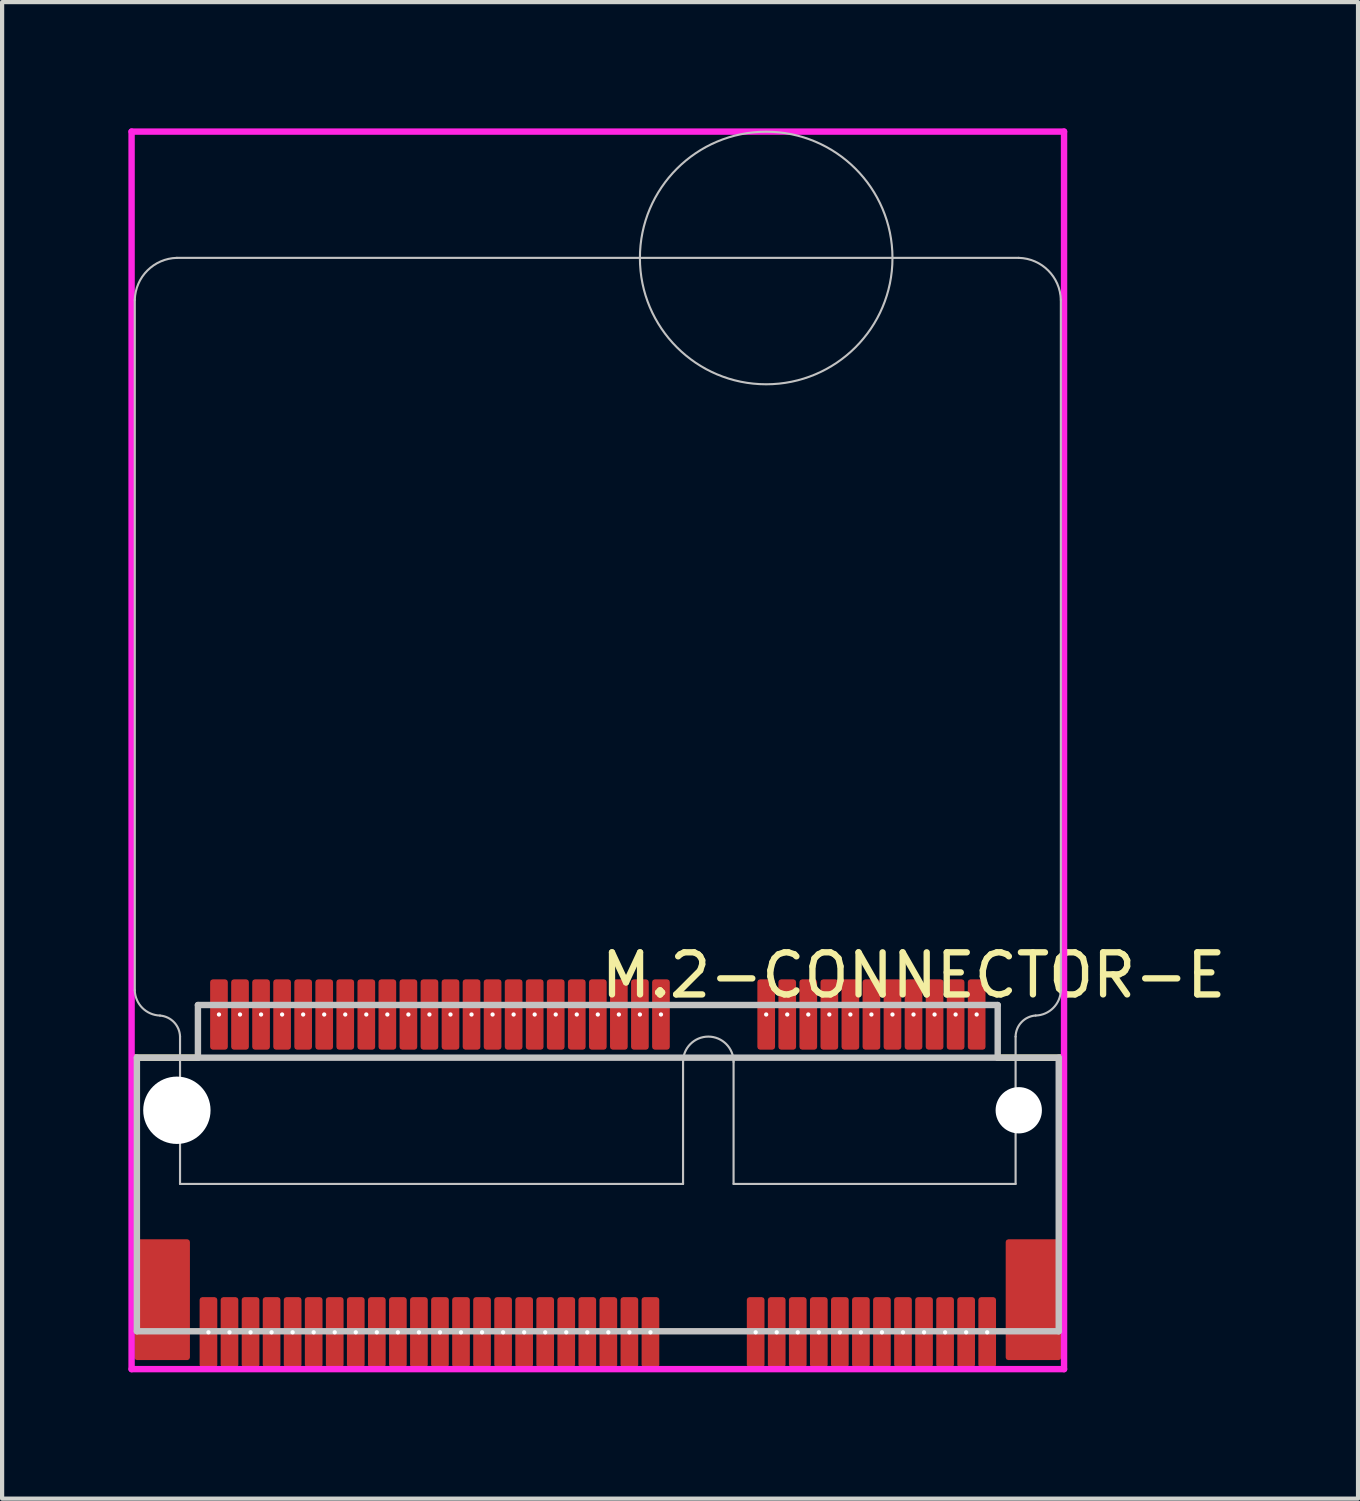
<source format=kicad_pcb>
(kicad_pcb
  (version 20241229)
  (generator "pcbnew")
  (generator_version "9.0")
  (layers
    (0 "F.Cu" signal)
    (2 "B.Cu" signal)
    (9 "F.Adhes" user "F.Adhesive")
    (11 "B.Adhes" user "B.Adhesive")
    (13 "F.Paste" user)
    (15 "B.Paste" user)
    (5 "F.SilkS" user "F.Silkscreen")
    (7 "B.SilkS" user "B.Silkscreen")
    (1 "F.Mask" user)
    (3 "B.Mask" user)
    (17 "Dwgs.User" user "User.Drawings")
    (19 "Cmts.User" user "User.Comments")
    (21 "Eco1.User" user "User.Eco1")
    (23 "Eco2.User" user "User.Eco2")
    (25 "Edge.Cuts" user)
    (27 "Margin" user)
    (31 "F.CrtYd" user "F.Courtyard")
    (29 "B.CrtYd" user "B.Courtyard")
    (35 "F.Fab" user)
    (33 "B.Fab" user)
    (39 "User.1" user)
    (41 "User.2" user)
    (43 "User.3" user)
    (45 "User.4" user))
  (footprint "M.2-CONNECTOR-E"
    (layer "F.Cu")
    (at 11.152 23.326)
    (property "Reference" "M.2-CONNECTOR-E" (at 0 -3.207 0) (layer "F.SilkS") (effects (font (size 1 1) (thickness 0.15)) (justify left)))
    (attr through_hole)
    (fp_line (start -11 2.5) (end -11 -1.25) (stroke (width 0.152) (type solid)) (layer "F.SilkS"))
    (fp_line (start -9.5 -1.25) (end -11 -1.25) (stroke (width 0.152) (type solid)) (layer "F.SilkS"))
    (fp_line (start 11 -1.25) (end 9.5 -1.25) (stroke (width 0.152) (type solid)) (layer "F.SilkS"))
    (fp_line (start 11 2.5) (end 11 -1.25) (stroke (width 0.152) (type solid)) (layer "F.SilkS"))
    (fp_line (start -11 -19.25) (end -11 -2.85) (stroke (width 0.051) (type solid)) (layer "Dwgs.User"))
    (fp_line (start -10.95 -1.25) (end -10.95 5.25) (stroke (width 0.152) (type solid)) (layer "Dwgs.User"))
    (fp_line (start -10.95 5.25) (end 10.95 5.25) (stroke (width 0.152) (type solid)) (layer "Dwgs.User"))
    (fp_line (start -9.925 1.75) (end -9.925 -1.75) (stroke (width 0.051) (type solid)) (layer "Dwgs.User"))
    (fp_line (start -9.5 -2.5) (end -9.5 -1.25) (stroke (width 0.152) (type solid)) (layer "Dwgs.User"))
    (fp_line (start -9.5 -1.25) (end -10.95 -1.25) (stroke (width 0.152) (type solid)) (layer "Dwgs.User"))
    (fp_line (start 2.025 -1.15) (end 2.025 1.75) (stroke (width 0.051) (type solid)) (layer "Dwgs.User"))
    (fp_line (start 2.025 1.75) (end -9.925 1.75) (stroke (width 0.051) (type solid)) (layer "Dwgs.User"))
    (fp_line (start 3.225 -1.15) (end 3.225 1.75) (stroke (width 0.051) (type solid)) (layer "Dwgs.User"))
    (fp_line (start 9.5 -2.5) (end -9.5 -2.5) (stroke (width 0.152) (type solid)) (layer "Dwgs.User"))
    (fp_line (start 9.5 -2.5) (end 9.5 -1.25) (stroke (width 0.152) (type solid)) (layer "Dwgs.User"))
    (fp_line (start 9.5 -1.25) (end -9.5 -1.25) (stroke (width 0.152) (type solid)) (layer "Dwgs.User"))
    (fp_line (start 9.925 -1.75) (end 9.925 1.75) (stroke (width 0.051) (type solid)) (layer "Dwgs.User"))
    (fp_line (start 9.925 1.75) (end 3.225 1.75) (stroke (width 0.051) (type solid)) (layer "Dwgs.User"))
    (fp_line (start 10 -20.25) (end -10 -20.25) (stroke (width 0.051) (type solid)) (layer "Dwgs.User"))
    (fp_line (start 10.95 -1.25) (end 9.5 -1.25) (stroke (width 0.152) (type solid)) (layer "Dwgs.User"))
    (fp_line (start 10.95 5.25) (end 10.95 -1.25) (stroke (width 0.152) (type solid)) (layer "Dwgs.User"))
    (fp_line (start 11 -19.25) (end 11 -2.85) (stroke (width 0.05) (type solid)) (layer "Dwgs.User"))
    (fp_arc (start -10.999996 -19.250181) (mid -10.699936 -19.950064) (end -10 -20.25) (stroke (width 0.05) (type solid)) (layer "Dwgs.User"))
    (fp_arc (start -10.400419 -2.24962) (mid -10.067034 -2.090851) (end -9.925 -1.75) (stroke (width 0.051) (type solid)) (layer "Dwgs.User"))
    (fp_arc (start -10.4 -2.25) (mid -10.819254 -2.430353) (end -10.999984 -2.849445) (stroke (width 0.05) (type solid)) (layer "Dwgs.User"))
    (fp_arc (start 2.025 -1.15) (mid 2.625 -1.75) (end 3.225 -1.15) (stroke (width 0.051) (type solid)) (layer "Dwgs.User"))
    (fp_arc (start 7 -20.243) (mid 0.999999 -20.245317) (end 6.999998 -20.250366) (stroke (width 0.05) (type solid)) (layer "Dwgs.User"))
    (fp_arc (start 9.925 -1.75) (mid 10.0652 -2.092723) (end 10.400047 -2.250813) (stroke (width 0.051) (type solid)) (layer "Dwgs.User"))
    (fp_arc (start 10.000181 -20.249996) (mid 10.700064 -19.949936) (end 11 -19.25) (stroke (width 0.05) (type solid)) (layer "Dwgs.User"))
    (fp_arc (start 11 -2.85) (mid 10.819647 -2.430746) (end 10.400555 -2.250016) (stroke (width 0.05) (type solid)) (layer "Dwgs.User"))
    (fp_line (start -11.076 -23.25) (end 11.076 -23.25) (stroke (width 0.152) (type solid)) (layer "F.CrtYd"))
    (fp_line (start -11.076 6.15) (end -11.076 -23.25) (stroke (width 0.152) (type solid)) (layer "F.CrtYd"))
    (fp_line (start 11.076 -23.25) (end 11.076 6.15) (stroke (width 0.152) (type solid)) (layer "F.CrtYd"))
    (fp_line (start 11.076 6.15) (end -11.076 6.15) (stroke (width 0.152) (type solid)) (layer "F.CrtYd"))
    (pad "" np_thru_hole circle (at -10 0) (size 1.6 1.6) (drill 1.6) (layers "*.Cu" "*.Mask"))
    (pad "" np_thru_hole custom (at -9.25 5.275 180) (size 0.102 0.102) (layers "F.Cu" "F.Mask" "F.Paste") (options (anchor circle)) (primitives (gr_poly (pts (xy -0.15 -0.775) (xy 0.15 -0.775) (xy 0.15 0.775) (xy -0.15 0.775)) (width 0.12) (fill yes))))
    (pad "" np_thru_hole custom (at -9 -2.275 180) (size 0.102 0.102) (layers "F.Cu" "F.Mask" "F.Paste") (options (anchor circle)) (primitives (gr_poly (pts (xy -0.15 -0.775) (xy 0.15 -0.775) (xy 0.15 0.775) (xy -0.15 0.775)) (width 0.12) (fill yes))))
    (pad "" np_thru_hole custom (at -8.75 5.275 180) (size 0.102 0.102) (layers "F.Cu" "F.Mask" "F.Paste") (options (anchor circle)) (primitives (gr_poly (pts (xy -0.15 -0.775) (xy 0.15 -0.775) (xy 0.15 0.775) (xy -0.15 0.775)) (width 0.12) (fill yes))))
    (pad "" np_thru_hole custom (at -8.5 -2.275 180) (size 0.102 0.102) (layers "F.Cu" "F.Mask" "F.Paste") (options (anchor circle)) (primitives (gr_poly (pts (xy -0.15 -0.775) (xy 0.15 -0.775) (xy 0.15 0.775) (xy -0.15 0.775)) (width 0.12) (fill yes))))
    (pad "" np_thru_hole custom (at -8.25 5.275 180) (size 0.102 0.102) (layers "F.Cu" "F.Mask" "F.Paste") (options (anchor circle)) (primitives (gr_poly (pts (xy -0.15 -0.775) (xy 0.15 -0.775) (xy 0.15 0.775) (xy -0.15 0.775)) (width 0.12) (fill yes))))
    (pad "" np_thru_hole custom (at -8 -2.275 180) (size 0.102 0.102) (layers "F.Cu" "F.Mask" "F.Paste") (options (anchor circle)) (primitives (gr_poly (pts (xy -0.15 -0.775) (xy 0.15 -0.775) (xy 0.15 0.775) (xy -0.15 0.775)) (width 0.12) (fill yes))))
    (pad "" np_thru_hole custom (at -7.75 5.275 180) (size 0.102 0.102) (layers "F.Cu" "F.Mask" "F.Paste") (options (anchor circle)) (primitives (gr_poly (pts (xy -0.15 -0.775) (xy 0.15 -0.775) (xy 0.15 0.775) (xy -0.15 0.775)) (width 0.12) (fill yes))))
    (pad "" np_thru_hole custom (at -7.5 -2.275 180) (size 0.102 0.102) (layers "F.Cu" "F.Mask" "F.Paste") (options (anchor circle)) (primitives (gr_poly (pts (xy -0.15 -0.775) (xy 0.15 -0.775) (xy 0.15 0.775) (xy -0.15 0.775)) (width 0.12) (fill yes))))
    (pad "" np_thru_hole custom (at -7.25 5.275 180) (size 0.102 0.102) (layers "F.Cu" "F.Mask" "F.Paste") (options (anchor circle)) (primitives (gr_poly (pts (xy -0.15 -0.775) (xy 0.15 -0.775) (xy 0.15 0.775) (xy -0.15 0.775)) (width 0.12) (fill yes))))
    (pad "" np_thru_hole custom (at -7 -2.275 180) (size 0.102 0.102) (layers "F.Cu" "F.Mask" "F.Paste") (options (anchor circle)) (primitives (gr_poly (pts (xy -0.15 -0.775) (xy 0.15 -0.775) (xy 0.15 0.775) (xy -0.15 0.775)) (width 0.12) (fill yes))))
    (pad "" np_thru_hole custom (at -6.75 5.275 180) (size 0.102 0.102) (layers "F.Cu" "F.Mask" "F.Paste") (options (anchor circle)) (primitives (gr_poly (pts (xy -0.15 -0.775) (xy 0.15 -0.775) (xy 0.15 0.775) (xy -0.15 0.775)) (width 0.12) (fill yes))))
    (pad "" np_thru_hole custom (at -6.5 -2.275 180) (size 0.102 0.102) (layers "F.Cu" "F.Mask" "F.Paste") (options (anchor circle)) (primitives (gr_poly (pts (xy -0.15 -0.775) (xy 0.15 -0.775) (xy 0.15 0.775) (xy -0.15 0.775)) (width 0.12) (fill yes))))
    (pad "" np_thru_hole custom (at -6.25 5.275 180) (size 0.102 0.102) (layers "F.Cu" "F.Mask" "F.Paste") (options (anchor circle)) (primitives (gr_poly (pts (xy -0.15 -0.775) (xy 0.15 -0.775) (xy 0.15 0.775) (xy -0.15 0.775)) (width 0.12) (fill yes))))
    (pad "" np_thru_hole custom (at -6 -2.275 180) (size 0.102 0.102) (layers "F.Cu" "F.Mask" "F.Paste") (options (anchor circle)) (primitives (gr_poly (pts (xy -0.15 -0.775) (xy 0.15 -0.775) (xy 0.15 0.775) (xy -0.15 0.775)) (width 0.12) (fill yes))))
    (pad "" np_thru_hole custom (at -5.75 5.275 180) (size 0.102 0.102) (layers "F.Cu" "F.Mask" "F.Paste") (options (anchor circle)) (primitives (gr_poly (pts (xy -0.15 -0.775) (xy 0.15 -0.775) (xy 0.15 0.775) (xy -0.15 0.775)) (width 0.12) (fill yes))))
    (pad "" np_thru_hole custom (at -5.5 -2.275 180) (size 0.102 0.102) (layers "F.Cu" "F.Mask" "F.Paste") (options (anchor circle)) (primitives (gr_poly (pts (xy -0.15 -0.775) (xy 0.15 -0.775) (xy 0.15 0.775) (xy -0.15 0.775)) (width 0.12) (fill yes))))
    (pad "" np_thru_hole custom (at -5.25 5.275 180) (size 0.102 0.102) (layers "F.Cu" "F.Mask" "F.Paste") (options (anchor circle)) (primitives (gr_poly (pts (xy -0.15 -0.775) (xy 0.15 -0.775) (xy 0.15 0.775) (xy -0.15 0.775)) (width 0.12) (fill yes))))
    (pad "" np_thru_hole custom (at -5 -2.275 180) (size 0.102 0.102) (layers "F.Cu" "F.Mask" "F.Paste") (options (anchor circle)) (primitives (gr_poly (pts (xy -0.15 -0.775) (xy 0.15 -0.775) (xy 0.15 0.775) (xy -0.15 0.775)) (width 0.12) (fill yes))))
    (pad "" np_thru_hole custom (at -4.75 5.275 180) (size 0.102 0.102) (layers "F.Cu" "F.Mask" "F.Paste") (options (anchor circle)) (primitives (gr_poly (pts (xy -0.15 -0.775) (xy 0.15 -0.775) (xy 0.15 0.775) (xy -0.15 0.775)) (width 0.12) (fill yes))))
    (pad "" np_thru_hole custom (at -4.5 -2.275 180) (size 0.102 0.102) (layers "F.Cu" "F.Mask" "F.Paste") (options (anchor circle)) (primitives (gr_poly (pts (xy -0.15 -0.775) (xy 0.15 -0.775) (xy 0.15 0.775) (xy -0.15 0.775)) (width 0.12) (fill yes))))
    (pad "" np_thru_hole custom (at -4.25 5.275 180) (size 0.102 0.102) (layers "F.Cu" "F.Mask" "F.Paste") (options (anchor circle)) (primitives (gr_poly (pts (xy -0.15 -0.775) (xy 0.15 -0.775) (xy 0.15 0.775) (xy -0.15 0.775)) (width 0.12) (fill yes))))
    (pad "" np_thru_hole custom (at -4 -2.275 180) (size 0.102 0.102) (layers "F.Cu" "F.Mask" "F.Paste") (options (anchor circle)) (primitives (gr_poly (pts (xy -0.15 -0.775) (xy 0.15 -0.775) (xy 0.15 0.775) (xy -0.15 0.775)) (width 0.12) (fill yes))))
    (pad "" np_thru_hole custom (at -3.75 5.275 180) (size 0.102 0.102) (layers "F.Cu" "F.Mask" "F.Paste") (options (anchor circle)) (primitives (gr_poly (pts (xy -0.15 -0.775) (xy 0.15 -0.775) (xy 0.15 0.775) (xy -0.15 0.775)) (width 0.12) (fill yes))))
    (pad "" np_thru_hole custom (at -3.5 -2.275 180) (size 0.102 0.102) (layers "F.Cu" "F.Mask" "F.Paste") (options (anchor circle)) (primitives (gr_poly (pts (xy -0.15 -0.775) (xy 0.15 -0.775) (xy 0.15 0.775) (xy -0.15 0.775)) (width 0.12) (fill yes))))
    (pad "" np_thru_hole custom (at -3.25 5.275 180) (size 0.102 0.102) (layers "F.Cu" "F.Mask" "F.Paste") (options (anchor circle)) (primitives (gr_poly (pts (xy -0.15 -0.775) (xy 0.15 -0.775) (xy 0.15 0.775) (xy -0.15 0.775)) (width 0.12) (fill yes))))
    (pad "" np_thru_hole custom (at -3 -2.275 180) (size 0.102 0.102) (layers "F.Cu" "F.Mask" "F.Paste") (options (anchor circle)) (primitives (gr_poly (pts (xy -0.15 -0.775) (xy 0.15 -0.775) (xy 0.15 0.775) (xy -0.15 0.775)) (width 0.12) (fill yes))))
    (pad "" np_thru_hole custom (at -2.75 5.275 180) (size 0.102 0.102) (layers "F.Cu" "F.Mask" "F.Paste") (options (anchor circle)) (primitives (gr_poly (pts (xy -0.15 -0.775) (xy 0.15 -0.775) (xy 0.15 0.775) (xy -0.15 0.775)) (width 0.12) (fill yes))))
    (pad "" np_thru_hole custom (at -2.5 -2.275 180) (size 0.102 0.102) (layers "F.Cu" "F.Mask" "F.Paste") (options (anchor circle)) (primitives (gr_poly (pts (xy -0.15 -0.775) (xy 0.15 -0.775) (xy 0.15 0.775) (xy -0.15 0.775)) (width 0.12) (fill yes))))
    (pad "" np_thru_hole custom (at -2.25 5.275 180) (size 0.102 0.102) (layers "F.Cu" "F.Mask" "F.Paste") (options (anchor circle)) (primitives (gr_poly (pts (xy -0.15 -0.775) (xy 0.15 -0.775) (xy 0.15 0.775) (xy -0.15 0.775)) (width 0.12) (fill yes))))
    (pad "" np_thru_hole custom (at -2 -2.275 180) (size 0.102 0.102) (layers "F.Cu" "F.Mask" "F.Paste") (options (anchor circle)) (primitives (gr_poly (pts (xy -0.15 -0.775) (xy 0.15 -0.775) (xy 0.15 0.775) (xy -0.15 0.775)) (width 0.12) (fill yes))))
    (pad "" np_thru_hole custom (at -1.75 5.275 180) (size 0.102 0.102) (layers "F.Cu" "F.Mask" "F.Paste") (options (anchor circle)) (primitives (gr_poly (pts (xy -0.15 -0.775) (xy 0.15 -0.775) (xy 0.15 0.775) (xy -0.15 0.775)) (width 0.12) (fill yes))))
    (pad "" np_thru_hole custom (at -1.5 -2.275 180) (size 0.102 0.102) (layers "F.Cu" "F.Mask" "F.Paste") (options (anchor circle)) (primitives (gr_poly (pts (xy -0.15 -0.775) (xy 0.15 -0.775) (xy 0.15 0.775) (xy -0.15 0.775)) (width 0.12) (fill yes))))
    (pad "" np_thru_hole custom (at -1.25 5.275 180) (size 0.102 0.102) (layers "F.Cu" "F.Mask" "F.Paste") (options (anchor circle)) (primitives (gr_poly (pts (xy -0.15 -0.775) (xy 0.15 -0.775) (xy 0.15 0.775) (xy -0.15 0.775)) (width 0.12) (fill yes))))
    (pad "" np_thru_hole custom (at -1 -2.275 180) (size 0.102 0.102) (layers "F.Cu" "F.Mask" "F.Paste") (options (anchor circle)) (primitives (gr_poly (pts (xy -0.15 -0.775) (xy 0.15 -0.775) (xy 0.15 0.775) (xy -0.15 0.775)) (width 0.12) (fill yes))))
    (pad "" np_thru_hole custom (at -0.75 5.275 180) (size 0.102 0.102) (layers "F.Cu" "F.Mask" "F.Paste") (options (anchor circle)) (primitives (gr_poly (pts (xy -0.15 -0.775) (xy 0.15 -0.775) (xy 0.15 0.775) (xy -0.15 0.775)) (width 0.12) (fill yes))))
    (pad "" np_thru_hole custom (at -0.5 -2.275 180) (size 0.102 0.102) (layers "F.Cu" "F.Mask" "F.Paste") (options (anchor circle)) (primitives (gr_poly (pts (xy -0.15 -0.775) (xy 0.15 -0.775) (xy 0.15 0.775) (xy -0.15 0.775)) (width 0.12) (fill yes))))
    (pad "" np_thru_hole custom (at -0.25 5.275 180) (size 0.102 0.102) (layers "F.Cu" "F.Mask" "F.Paste") (options (anchor circle)) (primitives (gr_poly (pts (xy -0.15 -0.775) (xy 0.15 -0.775) (xy 0.15 0.775) (xy -0.15 0.775)) (width 0.12) (fill yes))))
    (pad "" np_thru_hole custom (at 0 -2.275 180) (size 0.102 0.102) (layers "F.Cu" "F.Mask" "F.Paste") (options (anchor circle)) (primitives (gr_poly (pts (xy -0.15 -0.775) (xy 0.15 -0.775) (xy 0.15 0.775) (xy -0.15 0.775)) (width 0.12) (fill yes))))
    (pad "" np_thru_hole custom (at 0.25 5.275 180) (size 0.102 0.102) (layers "F.Cu" "F.Mask" "F.Paste") (options (anchor circle)) (primitives (gr_poly (pts (xy -0.15 -0.775) (xy 0.15 -0.775) (xy 0.15 0.775) (xy -0.15 0.775)) (width 0.12) (fill yes))))
    (pad "" np_thru_hole custom (at 0.5 -2.275 180) (size 0.102 0.102) (layers "F.Cu" "F.Mask" "F.Paste") (options (anchor circle)) (primitives (gr_poly (pts (xy -0.15 -0.775) (xy 0.15 -0.775) (xy 0.15 0.775) (xy -0.15 0.775)) (width 0.12) (fill yes))))
    (pad "" np_thru_hole custom (at 0.75 5.275 180) (size 0.102 0.102) (layers "F.Cu" "F.Mask" "F.Paste") (options (anchor circle)) (primitives (gr_poly (pts (xy -0.15 -0.775) (xy 0.15 -0.775) (xy 0.15 0.775) (xy -0.15 0.775)) (width 0.12) (fill yes))))
    (pad "" np_thru_hole custom (at 1 -2.275 180) (size 0.102 0.102) (layers "F.Cu" "F.Mask" "F.Paste") (options (anchor circle)) (primitives (gr_poly (pts (xy -0.15 -0.775) (xy 0.15 -0.775) (xy 0.15 0.775) (xy -0.15 0.775)) (width 0.12) (fill yes))))
    (pad "" np_thru_hole custom (at 1.25 5.275 180) (size 0.102 0.102) (layers "F.Cu" "F.Mask" "F.Paste") (options (anchor circle)) (primitives (gr_poly (pts (xy -0.15 -0.775) (xy 0.15 -0.775) (xy 0.15 0.775) (xy -0.15 0.775)) (width 0.12) (fill yes))))
    (pad "" np_thru_hole custom (at 1.5 -2.275 180) (size 0.102 0.102) (layers "F.Cu" "F.Mask" "F.Paste") (options (anchor circle)) (primitives (gr_poly (pts (xy -0.15 -0.775) (xy 0.15 -0.775) (xy 0.15 0.775) (xy -0.15 0.775)) (width 0.12) (fill yes))))
    (pad "" np_thru_hole custom (at 3.75 5.275 180) (size 0.102 0.102) (layers "F.Cu" "F.Mask" "F.Paste") (options (anchor circle)) (primitives (gr_poly (pts (xy -0.15 -0.775) (xy 0.15 -0.775) (xy 0.15 0.775) (xy -0.15 0.775)) (width 0.12) (fill yes))))
    (pad "" np_thru_hole custom (at 4 -2.275 180) (size 0.102 0.102) (layers "F.Cu" "F.Mask" "F.Paste") (options (anchor circle)) (primitives (gr_poly (pts (xy -0.15 -0.775) (xy 0.15 -0.775) (xy 0.15 0.775) (xy -0.15 0.775)) (width 0.12) (fill yes))))
    (pad "" np_thru_hole custom (at 4.25 5.275 180) (size 0.102 0.102) (layers "F.Cu" "F.Mask" "F.Paste") (options (anchor circle)) (primitives (gr_poly (pts (xy -0.15 -0.775) (xy 0.15 -0.775) (xy 0.15 0.775) (xy -0.15 0.775)) (width 0.12) (fill yes))))
    (pad "" np_thru_hole custom (at 4.5 -2.275 180) (size 0.102 0.102) (layers "F.Cu" "F.Mask" "F.Paste") (options (anchor circle)) (primitives (gr_poly (pts (xy -0.15 -0.775) (xy 0.15 -0.775) (xy 0.15 0.775) (xy -0.15 0.775)) (width 0.12) (fill yes))))
    (pad "" np_thru_hole custom (at 4.75 5.275 180) (size 0.102 0.102) (layers "F.Cu" "F.Mask" "F.Paste") (options (anchor circle)) (primitives (gr_poly (pts (xy -0.15 -0.775) (xy 0.15 -0.775) (xy 0.15 0.775) (xy -0.15 0.775)) (width 0.12) (fill yes))))
    (pad "" np_thru_hole custom (at 5 -2.275 180) (size 0.102 0.102) (layers "F.Cu" "F.Mask" "F.Paste") (options (anchor circle)) (primitives (gr_poly (pts (xy -0.15 -0.775) (xy 0.15 -0.775) (xy 0.15 0.775) (xy -0.15 0.775)) (width 0.12) (fill yes))))
    (pad "" np_thru_hole custom (at 5.25 5.275 180) (size 0.102 0.102) (layers "F.Cu" "F.Mask" "F.Paste") (options (anchor circle)) (primitives (gr_poly (pts (xy -0.15 -0.775) (xy 0.15 -0.775) (xy 0.15 0.775) (xy -0.15 0.775)) (width 0.12) (fill yes))))
    (pad "" np_thru_hole custom (at 5.5 -2.275 180) (size 0.102 0.102) (layers "F.Cu" "F.Mask" "F.Paste") (options (anchor circle)) (primitives (gr_poly (pts (xy -0.15 -0.775) (xy 0.15 -0.775) (xy 0.15 0.775) (xy -0.15 0.775)) (width 0.12) (fill yes))))
    (pad "" np_thru_hole custom (at 5.75 5.275 180) (size 0.102 0.102) (layers "F.Cu" "F.Mask" "F.Paste") (options (anchor circle)) (primitives (gr_poly (pts (xy -0.15 -0.775) (xy 0.15 -0.775) (xy 0.15 0.775) (xy -0.15 0.775)) (width 0.12) (fill yes))))
    (pad "" np_thru_hole custom (at 6 -2.275 180) (size 0.102 0.102) (layers "F.Cu" "F.Mask" "F.Paste") (options (anchor circle)) (primitives (gr_poly (pts (xy -0.15 -0.775) (xy 0.15 -0.775) (xy 0.15 0.775) (xy -0.15 0.775)) (width 0.12) (fill yes))))
    (pad "" np_thru_hole custom (at 6.25 5.275 180) (size 0.102 0.102) (layers "F.Cu" "F.Mask" "F.Paste") (options (anchor circle)) (primitives (gr_poly (pts (xy -0.15 -0.775) (xy 0.15 -0.775) (xy 0.15 0.775) (xy -0.15 0.775)) (width 0.12) (fill yes))))
    (pad "" np_thru_hole custom (at 6.5 -2.275 180) (size 0.102 0.102) (layers "F.Cu" "F.Mask" "F.Paste") (options (anchor circle)) (primitives (gr_poly (pts (xy -0.15 -0.775) (xy 0.15 -0.775) (xy 0.15 0.775) (xy -0.15 0.775)) (width 0.12) (fill yes))))
    (pad "" np_thru_hole custom (at 6.75 5.275 180) (size 0.102 0.102) (layers "F.Cu" "F.Mask" "F.Paste") (options (anchor circle)) (primitives (gr_poly (pts (xy -0.15 -0.775) (xy 0.15 -0.775) (xy 0.15 0.775) (xy -0.15 0.775)) (width 0.12) (fill yes))))
    (pad "" np_thru_hole custom (at 7 -2.275 180) (size 0.102 0.102) (layers "F.Cu" "F.Mask" "F.Paste") (options (anchor circle)) (primitives (gr_poly (pts (xy -0.15 -0.775) (xy 0.15 -0.775) (xy 0.15 0.775) (xy -0.15 0.775)) (width 0.12) (fill yes))))
    (pad "" np_thru_hole custom (at 7.25 5.275 180) (size 0.102 0.102) (layers "F.Cu" "F.Mask" "F.Paste") (options (anchor circle)) (primitives (gr_poly (pts (xy -0.15 -0.775) (xy 0.15 -0.775) (xy 0.15 0.775) (xy -0.15 0.775)) (width 0.12) (fill yes))))
    (pad "" np_thru_hole custom (at 7.5 -2.275 180) (size 0.102 0.102) (layers "F.Cu" "F.Mask" "F.Paste") (options (anchor circle)) (primitives (gr_poly (pts (xy -0.15 -0.775) (xy 0.15 -0.775) (xy 0.15 0.775) (xy -0.15 0.775)) (width 0.12) (fill yes))))
    (pad "" np_thru_hole custom (at 7.75 5.275 180) (size 0.102 0.102) (layers "F.Cu" "F.Mask" "F.Paste") (options (anchor circle)) (primitives (gr_poly (pts (xy -0.15 -0.775) (xy 0.15 -0.775) (xy 0.15 0.775) (xy -0.15 0.775)) (width 0.12) (fill yes))))
    (pad "" np_thru_hole custom (at 8 -2.275 180) (size 0.102 0.102) (layers "F.Cu" "F.Mask" "F.Paste") (options (anchor circle)) (primitives (gr_poly (pts (xy -0.15 -0.775) (xy 0.15 -0.775) (xy 0.15 0.775) (xy -0.15 0.775)) (width 0.12) (fill yes))))
    (pad "" np_thru_hole custom (at 8.25 5.275 180) (size 0.102 0.102) (layers "F.Cu" "F.Mask" "F.Paste") (options (anchor circle)) (primitives (gr_poly (pts (xy -0.15 -0.775) (xy 0.15 -0.775) (xy 0.15 0.775) (xy -0.15 0.775)) (width 0.12) (fill yes))))
    (pad "" np_thru_hole custom (at 8.5 -2.275 180) (size 0.102 0.102) (layers "F.Cu" "F.Mask" "F.Paste") (options (anchor circle)) (primitives (gr_poly (pts (xy -0.15 -0.775) (xy 0.15 -0.775) (xy 0.15 0.775) (xy -0.15 0.775)) (width 0.12) (fill yes))))
    (pad "" np_thru_hole custom (at 8.75 5.275 180) (size 0.102 0.102) (layers "F.Cu" "F.Mask" "F.Paste") (options (anchor circle)) (primitives (gr_poly (pts (xy -0.15 -0.775) (xy 0.15 -0.775) (xy 0.15 0.775) (xy -0.15 0.775)) (width 0.12) (fill yes))))
    (pad "" np_thru_hole custom (at 9 -2.275 180) (size 0.102 0.102) (layers "F.Cu" "F.Mask" "F.Paste") (options (anchor circle)) (primitives (gr_poly (pts (xy -0.15 -0.775) (xy 0.15 -0.775) (xy 0.15 0.775) (xy -0.15 0.775)) (width 0.12) (fill yes))))
    (pad "" np_thru_hole custom (at 9.25 5.275 180) (size 0.102 0.102) (layers "F.Cu" "F.Mask" "F.Paste") (options (anchor circle)) (primitives (gr_poly (pts (xy -0.15 -0.775) (xy 0.15 -0.775) (xy 0.15 0.775) (xy -0.15 0.775)) (width 0.12) (fill yes))))
    (pad "" np_thru_hole circle (at 10 0) (size 1.1 1.1) (drill 1.1) (layers "*.Cu" "*.Mask"))
    (pad "A1" smd custom (at 10.35 4.5 180) (size 0.102 0.102) (layers "F.Cu" "F.Mask" "F.Paste") (options (anchor circle)) (primitives (gr_poly (pts (xy -0.6 -1.375) (xy 0.6 -1.375) (xy 0.6 1.375) (xy -0.6 1.375)) (width 0.12) (fill yes))))
    (pad "A2" smd custom (at -10.35 4.5 180) (size 0.102 0.102) (layers "F.Cu" "F.Mask" "F.Paste") (options (anchor circle)) (primitives (gr_poly (pts (xy -0.6 -1.375) (xy 0.6 -1.375) (xy 0.6 1.375) (xy -0.6 1.375)) (width 0.12) (fill yes)))))
  (gr_rect
    (start -3 -3)
    (end 29.212 32.552)
    (stroke (width 0.1) (type default))
    (fill no)
    (layer "Edge.Cuts")))
</source>
